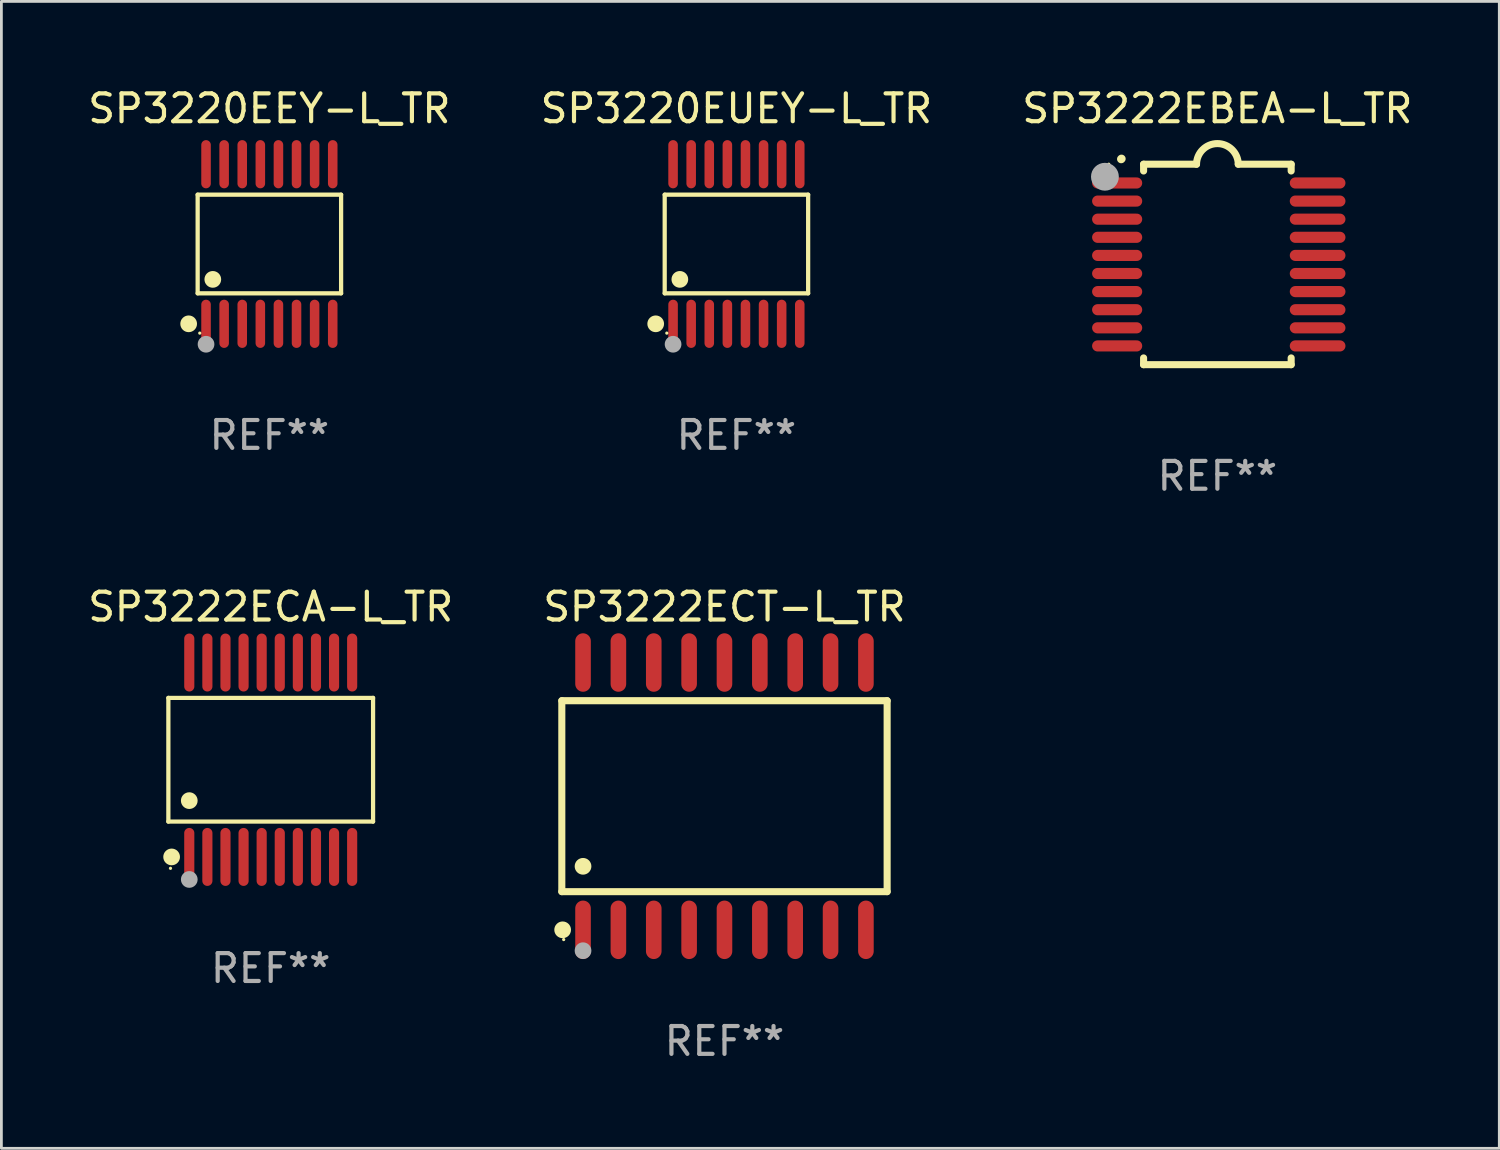
<source format=kicad_pcb>
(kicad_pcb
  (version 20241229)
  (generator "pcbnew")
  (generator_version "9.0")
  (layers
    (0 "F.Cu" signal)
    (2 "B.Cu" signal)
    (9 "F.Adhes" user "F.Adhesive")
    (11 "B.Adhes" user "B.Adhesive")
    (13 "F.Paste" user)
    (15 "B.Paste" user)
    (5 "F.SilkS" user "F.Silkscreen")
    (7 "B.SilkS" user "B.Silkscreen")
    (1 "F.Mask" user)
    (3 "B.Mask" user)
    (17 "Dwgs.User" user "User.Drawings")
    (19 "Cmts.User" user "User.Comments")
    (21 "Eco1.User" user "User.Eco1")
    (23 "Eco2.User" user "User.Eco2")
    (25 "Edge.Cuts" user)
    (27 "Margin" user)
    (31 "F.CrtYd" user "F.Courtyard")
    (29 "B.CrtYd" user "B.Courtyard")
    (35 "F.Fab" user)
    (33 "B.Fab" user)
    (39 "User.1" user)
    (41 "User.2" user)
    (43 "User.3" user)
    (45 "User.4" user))
  (footprint "SP3220EUEY-L_TR"
    (layer "F.Cu")
    (at 23.399 5.714)
    (property "Reference" "SP3220EUEY-L_TR" (at 0 -4.866 0) (layer "F.SilkS") (effects (font (size 1 1) (thickness 0.15))))
    (attr through_hole)
    (fp_line (start -2.576 -1.772) (end 2.576 -1.772) (stroke (width 0.152) (type solid)) (layer "F.SilkS"))
    (fp_line (start -2.576 1.771) (end -2.576 -1.772) (stroke (width 0.152) (type solid)) (layer "F.SilkS"))
    (fp_line (start 2.576 -1.772) (end 2.576 1.771) (stroke (width 0.152) (type solid)) (layer "F.SilkS"))
    (fp_line (start 2.576 1.771) (end -2.576 1.771) (stroke (width 0.152) (type solid)) (layer "F.SilkS"))
    (fp_circle (center -2.899 2.866) (end -2.749 2.866) (stroke (width 0.3) (type solid)) (fill no) (layer "F.SilkS"))
    (fp_circle (center -2.5 3.2) (end -2.47 3.2) (stroke (width 0.06) (type solid)) (fill no) (layer "F.SilkS"))
    (fp_circle (center -2.032 1.27) (end -1.882 1.27) (stroke (width 0.3) (type solid)) (fill no) (layer "F.SilkS"))
    (fp_circle (center -2.275 3.6) (end -2.125 3.6) (stroke (width 0.3) (type solid)) (fill no) (layer "F.Fab"))
    (fp_text user "REF**" (at 0 6.866 0) (layer "F.Fab") (effects (font (size 1 1) (thickness 0.15))))
    (pad "1" smd oval (at -2.275 2.866) (size 0.343 1.731) (layers "F.Cu" "F.Mask" "F.Paste"))
    (pad "2" smd oval (at -1.625 2.866) (size 0.343 1.731) (layers "F.Cu" "F.Mask" "F.Paste"))
    (pad "3" smd oval (at -0.975 2.866) (size 0.343 1.731) (layers "F.Cu" "F.Mask" "F.Paste"))
    (pad "4" smd oval (at -0.325 2.866) (size 0.343 1.731) (layers "F.Cu" "F.Mask" "F.Paste"))
    (pad "5" smd oval (at 0.325 2.866) (size 0.343 1.731) (layers "F.Cu" "F.Mask" "F.Paste"))
    (pad "6" smd oval (at 0.975 2.866) (size 0.343 1.731) (layers "F.Cu" "F.Mask" "F.Paste"))
    (pad "7" smd oval (at 1.625 2.866) (size 0.343 1.731) (layers "F.Cu" "F.Mask" "F.Paste"))
    (pad "8" smd oval (at 2.275 2.866) (size 0.343 1.731) (layers "F.Cu" "F.Mask" "F.Paste"))
    (pad "9" smd oval (at 2.275 -2.866) (size 0.343 1.731) (layers "F.Cu" "F.Mask" "F.Paste"))
    (pad "10" smd oval (at 1.625 -2.866) (size 0.343 1.731) (layers "F.Cu" "F.Mask" "F.Paste"))
    (pad "11" smd oval (at 0.975 -2.866) (size 0.343 1.731) (layers "F.Cu" "F.Mask" "F.Paste"))
    (pad "12" smd oval (at 0.325 -2.866) (size 0.343 1.731) (layers "F.Cu" "F.Mask" "F.Paste"))
    (pad "13" smd oval (at -0.325 -2.866) (size 0.343 1.731) (layers "F.Cu" "F.Mask" "F.Paste"))
    (pad "14" smd oval (at -0.975 -2.866) (size 0.343 1.731) (layers "F.Cu" "F.Mask" "F.Paste"))
    (pad "15" smd oval (at -1.625 -2.866) (size 0.343 1.731) (layers "F.Cu" "F.Mask" "F.Paste"))
    (pad "16" smd oval (at -2.275 -2.866) (size 0.343 1.731) (layers "F.Cu" "F.Mask" "F.Paste")))
  (footprint "SP3222EBEA-L_TR"
    (layer "F.Cu")
    (at 40.673 6.448)
    (property "Reference" "SP3222EBEA-L_TR" (at 0 -5.6 0) (layer "F.SilkS") (effects (font (size 1 1) (thickness 0.15))))
    (attr through_hole)
    (fp_line (start -2.65 -3.6) (end -2.65 -3.357) (stroke (width 0.254) (type solid)) (layer "F.SilkS"))
    (fp_line (start -2.65 -3.6) (end -0.75 -3.6) (stroke (width 0.254) (type solid)) (layer "F.SilkS"))
    (fp_line (start -2.65 3.357) (end -2.65 3.6) (stroke (width 0.254) (type solid)) (layer "F.SilkS"))
    (fp_line (start 2.65 -3.6) (end 0.75 -3.6) (stroke (width 0.254) (type solid)) (layer "F.SilkS"))
    (fp_line (start 2.65 -3.6) (end 2.65 -3.357) (stroke (width 0.254) (type solid)) (layer "F.SilkS"))
    (fp_line (start 2.65 3.357) (end 2.65 3.6) (stroke (width 0.254) (type solid)) (layer "F.SilkS"))
    (fp_line (start 2.65 3.6) (end -2.65 3.6) (stroke (width 0.254) (type solid)) (layer "F.SilkS"))
    (fp_arc (start -3.454407 -3.784608) (mid -3.449499 -3.78986) (end -3.444247 -3.794768) (stroke (width 0.3) (type solid)) (layer "F.SilkS"))
    (fp_arc (start -0.749301 -3.599186) (mid -0.000051 -4.348844) (end 0.750013 -3.6) (stroke (width 0.254001) (type solid)) (layer "F.SilkS"))
    (fp_circle (center -3.9 -3.6) (end -3.87 -3.6) (stroke (width 0.06) (type solid)) (fill no) (layer "F.SilkS"))
    (fp_circle (center -4.039 -3.15) (end -3.789 -3.15) (stroke (width 0.5) (type solid)) (fill no) (layer "F.Fab"))
    (fp_text user "REF**" (at 0 7.6 0) (layer "F.Fab") (effects (font (size 1 1) (thickness 0.15))))
    (pad "1" smd oval (at -3.6 -2.926 90) (size 0.4 1.8) (layers "F.Cu" "F.Mask" "F.Paste"))
    (pad "2" smd oval (at -3.6 -2.276 90) (size 0.4 1.8) (layers "F.Cu" "F.Mask" "F.Paste"))
    (pad "3" smd oval (at -3.6 -1.626 90) (size 0.4 1.8) (layers "F.Cu" "F.Mask" "F.Paste"))
    (pad "4" smd oval (at -3.6 -0.975 90) (size 0.4 1.8) (layers "F.Cu" "F.Mask" "F.Paste"))
    (pad "5" smd oval (at -3.6 -0.325 90) (size 0.4 1.8) (layers "F.Cu" "F.Mask" "F.Paste"))
    (pad "6" smd oval (at -3.6 0.325 90) (size 0.4 1.8) (layers "F.Cu" "F.Mask" "F.Paste"))
    (pad "7" smd oval (at -3.6 0.975 90) (size 0.4 1.8) (layers "F.Cu" "F.Mask" "F.Paste"))
    (pad "8" smd oval (at -3.6 1.626 90) (size 0.4 1.8) (layers "F.Cu" "F.Mask" "F.Paste"))
    (pad "9" smd oval (at -3.6 2.276 90) (size 0.4 1.8) (layers "F.Cu" "F.Mask" "F.Paste"))
    (pad "10" smd oval (at -3.6 2.926 90) (size 0.4 1.8) (layers "F.Cu" "F.Mask" "F.Paste"))
    (pad "11" smd oval (at 3.6 2.926 90) (size 0.4 2) (layers "F.Cu" "F.Mask" "F.Paste"))
    (pad "12" smd oval (at 3.6 2.276 90) (size 0.4 2) (layers "F.Cu" "F.Mask" "F.Paste"))
    (pad "13" smd oval (at 3.6 1.626 90) (size 0.4 2) (layers "F.Cu" "F.Mask" "F.Paste"))
    (pad "14" smd oval (at 3.6 0.975 90) (size 0.4 2) (layers "F.Cu" "F.Mask" "F.Paste"))
    (pad "15" smd oval (at 3.6 0.325 90) (size 0.4 2) (layers "F.Cu" "F.Mask" "F.Paste"))
    (pad "16" smd oval (at 3.6 -0.325 90) (size 0.4 2) (layers "F.Cu" "F.Mask" "F.Paste"))
    (pad "17" smd oval (at 3.6 -0.975 90) (size 0.4 2) (layers "F.Cu" "F.Mask" "F.Paste"))
    (pad "18" smd oval (at 3.6 -1.626 90) (size 0.4 2) (layers "F.Cu" "F.Mask" "F.Paste"))
    (pad "19" smd oval (at 3.6 -2.276 90) (size 0.4 2) (layers "F.Cu" "F.Mask" "F.Paste"))
    (pad "20" smd oval (at 3.6 -2.926 90) (size 0.4 2) (layers "F.Cu" "F.Mask" "F.Paste")))
  (footprint "SP3220EEY-L_TR"
    (layer "F.Cu")
    (at 6.625 5.714)
    (property "Reference" "SP3220EEY-L_TR" (at 0 -4.866 0) (layer "F.SilkS") (effects (font (size 1 1) (thickness 0.15))))
    (attr through_hole)
    (fp_line (start -2.576 -1.772) (end 2.576 -1.772) (stroke (width 0.152) (type solid)) (layer "F.SilkS"))
    (fp_line (start -2.576 1.771) (end -2.576 -1.772) (stroke (width 0.152) (type solid)) (layer "F.SilkS"))
    (fp_line (start 2.576 -1.772) (end 2.576 1.771) (stroke (width 0.152) (type solid)) (layer "F.SilkS"))
    (fp_line (start 2.576 1.771) (end -2.576 1.771) (stroke (width 0.152) (type solid)) (layer "F.SilkS"))
    (fp_circle (center -2.899 2.866) (end -2.749 2.866) (stroke (width 0.3) (type solid)) (fill no) (layer "F.SilkS"))
    (fp_circle (center -2.5 3.2) (end -2.47 3.2) (stroke (width 0.06) (type solid)) (fill no) (layer "F.SilkS"))
    (fp_circle (center -2.032 1.27) (end -1.882 1.27) (stroke (width 0.3) (type solid)) (fill no) (layer "F.SilkS"))
    (fp_circle (center -2.275 3.6) (end -2.125 3.6) (stroke (width 0.3) (type solid)) (fill no) (layer "F.Fab"))
    (fp_text user "REF**" (at 0 6.866 0) (layer "F.Fab") (effects (font (size 1 1) (thickness 0.15))))
    (pad "1" smd oval (at -2.275 2.866) (size 0.343 1.731) (layers "F.Cu" "F.Mask" "F.Paste"))
    (pad "2" smd oval (at -1.625 2.866) (size 0.343 1.731) (layers "F.Cu" "F.Mask" "F.Paste"))
    (pad "3" smd oval (at -0.975 2.866) (size 0.343 1.731) (layers "F.Cu" "F.Mask" "F.Paste"))
    (pad "4" smd oval (at -0.325 2.866) (size 0.343 1.731) (layers "F.Cu" "F.Mask" "F.Paste"))
    (pad "5" smd oval (at 0.325 2.866) (size 0.343 1.731) (layers "F.Cu" "F.Mask" "F.Paste"))
    (pad "6" smd oval (at 0.975 2.866) (size 0.343 1.731) (layers "F.Cu" "F.Mask" "F.Paste"))
    (pad "7" smd oval (at 1.625 2.866) (size 0.343 1.731) (layers "F.Cu" "F.Mask" "F.Paste"))
    (pad "8" smd oval (at 2.275 2.866) (size 0.343 1.731) (layers "F.Cu" "F.Mask" "F.Paste"))
    (pad "9" smd oval (at 2.275 -2.866) (size 0.343 1.731) (layers "F.Cu" "F.Mask" "F.Paste"))
    (pad "10" smd oval (at 1.625 -2.866) (size 0.343 1.731) (layers "F.Cu" "F.Mask" "F.Paste"))
    (pad "11" smd oval (at 0.975 -2.866) (size 0.343 1.731) (layers "F.Cu" "F.Mask" "F.Paste"))
    (pad "12" smd oval (at 0.325 -2.866) (size 0.343 1.731) (layers "F.Cu" "F.Mask" "F.Paste"))
    (pad "13" smd oval (at -0.325 -2.866) (size 0.343 1.731) (layers "F.Cu" "F.Mask" "F.Paste"))
    (pad "14" smd oval (at -0.975 -2.866) (size 0.343 1.731) (layers "F.Cu" "F.Mask" "F.Paste"))
    (pad "15" smd oval (at -1.625 -2.866) (size 0.343 1.731) (layers "F.Cu" "F.Mask" "F.Paste"))
    (pad "16" smd oval (at -2.275 -2.866) (size 0.343 1.731) (layers "F.Cu" "F.Mask" "F.Paste")))
  (footprint "SP3222ECT-L_TR"
    (layer "F.Cu")
    (at 22.97 25.545)
    (property "Reference" "SP3222ECT-L_TR" (at 0 -6.8 0) (layer "F.SilkS") (effects (font (size 1 1) (thickness 0.15))))
    (attr through_hole)
    (fp_line (start -5.842 -3.429) (end -5.842 3.429) (stroke (width 0.254) (type solid)) (layer "F.SilkS"))
    (fp_line (start -5.842 3.429) (end 5.842 3.429) (stroke (width 0.254) (type solid)) (layer "F.SilkS"))
    (fp_line (start 5.842 -3.429) (end -5.842 -3.429) (stroke (width 0.254) (type solid)) (layer "F.SilkS"))
    (fp_line (start 5.842 3.429) (end 5.842 -3.429) (stroke (width 0.254) (type solid)) (layer "F.SilkS"))
    (fp_circle (center -5.812 4.8) (end -5.662 4.8) (stroke (width 0.3) (type solid)) (fill no) (layer "F.SilkS"))
    (fp_circle (center -5.775 5.15) (end -5.745 5.15) (stroke (width 0.06) (type solid)) (fill no) (layer "F.SilkS"))
    (fp_circle (center -5.08 2.519) (end -4.93 2.519) (stroke (width 0.3) (type solid)) (fill no) (layer "F.SilkS"))
    (fp_circle (center -5.08 5.55) (end -4.93 5.55) (stroke (width 0.3) (type solid)) (fill no) (layer "F.Fab"))
    (fp_text user "REF**" (at 0 8.8 0) (layer "F.Fab") (effects (font (size 1 1) (thickness 0.15))))
    (pad "1" smd oval (at -5.08 4.8) (size 0.56 2.1) (layers "F.Cu" "F.Mask" "F.Paste"))
    (pad "2" smd oval (at -3.81 4.8) (size 0.56 2.1) (layers "F.Cu" "F.Mask" "F.Paste"))
    (pad "3" smd oval (at -2.54 4.8) (size 0.56 2.1) (layers "F.Cu" "F.Mask" "F.Paste"))
    (pad "4" smd oval (at -1.27 4.8) (size 0.56 2.1) (layers "F.Cu" "F.Mask" "F.Paste"))
    (pad "5" smd oval (at 0 4.8) (size 0.56 2.1) (layers "F.Cu" "F.Mask" "F.Paste"))
    (pad "6" smd oval (at 1.27 4.8) (size 0.56 2.1) (layers "F.Cu" "F.Mask" "F.Paste"))
    (pad "7" smd oval (at 2.54 4.8) (size 0.56 2.1) (layers "F.Cu" "F.Mask" "F.Paste"))
    (pad "8" smd oval (at 3.81 4.8) (size 0.56 2.1) (layers "F.Cu" "F.Mask" "F.Paste"))
    (pad "9" smd oval (at 5.08 4.8) (size 0.56 2.1) (layers "F.Cu" "F.Mask" "F.Paste"))
    (pad "10" smd oval (at 5.08 -4.8) (size 0.56 2.1) (layers "F.Cu" "F.Mask" "F.Paste"))
    (pad "11" smd oval (at 3.81 -4.8) (size 0.56 2.1) (layers "F.Cu" "F.Mask" "F.Paste"))
    (pad "12" smd oval (at 2.54 -4.8) (size 0.56 2.1) (layers "F.Cu" "F.Mask" "F.Paste"))
    (pad "13" smd oval (at 1.27 -4.8) (size 0.56 2.1) (layers "F.Cu" "F.Mask" "F.Paste"))
    (pad "14" smd oval (at 0 -4.8) (size 0.56 2.1) (layers "F.Cu" "F.Mask" "F.Paste"))
    (pad "15" smd oval (at -1.27 -4.8) (size 0.56 2.1) (layers "F.Cu" "F.Mask" "F.Paste"))
    (pad "16" smd oval (at -2.54 -4.8) (size 0.56 2.1) (layers "F.Cu" "F.Mask" "F.Paste"))
    (pad "17" smd oval (at -3.81 -4.8) (size 0.56 2.1) (layers "F.Cu" "F.Mask" "F.Paste"))
    (pad "18" smd oval (at -5.08 -4.8) (size 0.56 2.1) (layers "F.Cu" "F.Mask" "F.Paste")))
  (footprint "SP3222ECA-L_TR"
    (layer "F.Cu")
    (at 6.673 24.236)
    (property "Reference" "SP3222ECA-L_TR" (at 0 -5.491 0) (layer "F.SilkS") (effects (font (size 1 1) (thickness 0.15))))
    (attr through_hole)
    (fp_line (start -3.676 -2.221) (end 3.676 -2.221) (stroke (width 0.152) (type solid)) (layer "F.SilkS"))
    (fp_line (start -3.676 2.221) (end -3.676 -2.221) (stroke (width 0.152) (type solid)) (layer "F.SilkS"))
    (fp_line (start 3.676 -2.221) (end 3.676 2.221) (stroke (width 0.152) (type solid)) (layer "F.SilkS"))
    (fp_line (start 3.676 2.221) (end -3.676 2.221) (stroke (width 0.152) (type solid)) (layer "F.SilkS"))
    (fp_circle (center -3.6 3.9) (end -3.57 3.9) (stroke (width 0.06) (type solid)) (fill no) (layer "F.SilkS"))
    (fp_circle (center -3.559 3.491) (end -3.409 3.491) (stroke (width 0.3) (type solid)) (fill no) (layer "F.SilkS"))
    (fp_circle (center -2.925 1.469) (end -2.775 1.469) (stroke (width 0.3) (type solid)) (fill no) (layer "F.SilkS"))
    (fp_circle (center -2.925 4.3) (end -2.775 4.3) (stroke (width 0.3) (type solid)) (fill no) (layer "F.Fab"))
    (fp_text user "REF**" (at 0 7.491 0) (layer "F.Fab") (effects (font (size 1 1) (thickness 0.15))))
    (pad "1" smd oval (at -2.925 3.491) (size 0.364 2.082) (layers "F.Cu" "F.Mask" "F.Paste"))
    (pad "2" smd oval (at -2.275 3.491) (size 0.364 2.082) (layers "F.Cu" "F.Mask" "F.Paste"))
    (pad "3" smd oval (at -1.625 3.491) (size 0.364 2.082) (layers "F.Cu" "F.Mask" "F.Paste"))
    (pad "4" smd oval (at -0.975 3.491) (size 0.364 2.082) (layers "F.Cu" "F.Mask" "F.Paste"))
    (pad "5" smd oval (at -0.325 3.491) (size 0.364 2.082) (layers "F.Cu" "F.Mask" "F.Paste"))
    (pad "6" smd oval (at 0.325 3.491) (size 0.364 2.082) (layers "F.Cu" "F.Mask" "F.Paste"))
    (pad "7" smd oval (at 0.975 3.491) (size 0.364 2.082) (layers "F.Cu" "F.Mask" "F.Paste"))
    (pad "8" smd oval (at 1.625 3.491) (size 0.364 2.082) (layers "F.Cu" "F.Mask" "F.Paste"))
    (pad "9" smd oval (at 2.275 3.491) (size 0.364 2.082) (layers "F.Cu" "F.Mask" "F.Paste"))
    (pad "10" smd oval (at 2.925 3.491) (size 0.364 2.082) (layers "F.Cu" "F.Mask" "F.Paste"))
    (pad "11" smd oval (at 2.925 -3.491) (size 0.364 2.082) (layers "F.Cu" "F.Mask" "F.Paste"))
    (pad "12" smd oval (at 2.275 -3.491) (size 0.364 2.082) (layers "F.Cu" "F.Mask" "F.Paste"))
    (pad "13" smd oval (at 1.625 -3.491) (size 0.364 2.082) (layers "F.Cu" "F.Mask" "F.Paste"))
    (pad "14" smd oval (at 0.975 -3.491) (size 0.364 2.082) (layers "F.Cu" "F.Mask" "F.Paste"))
    (pad "15" smd oval (at 0.325 -3.491) (size 0.364 2.082) (layers "F.Cu" "F.Mask" "F.Paste"))
    (pad "16" smd oval (at -0.325 -3.491) (size 0.364 2.082) (layers "F.Cu" "F.Mask" "F.Paste"))
    (pad "17" smd oval (at -0.975 -3.491) (size 0.364 2.082) (layers "F.Cu" "F.Mask" "F.Paste"))
    (pad "18" smd oval (at -1.625 -3.491) (size 0.364 2.082) (layers "F.Cu" "F.Mask" "F.Paste"))
    (pad "19" smd oval (at -2.275 -3.491) (size 0.364 2.082) (layers "F.Cu" "F.Mask" "F.Paste"))
    (pad "20" smd oval (at -2.925 -3.491) (size 0.364 2.082) (layers "F.Cu" "F.Mask" "F.Paste")))
  (gr_rect
    (start -3 -3)
    (end 50.798 38.193)
    (stroke (width 0.1) (type default))
    (fill no)
    (layer "Edge.Cuts")))
</source>
